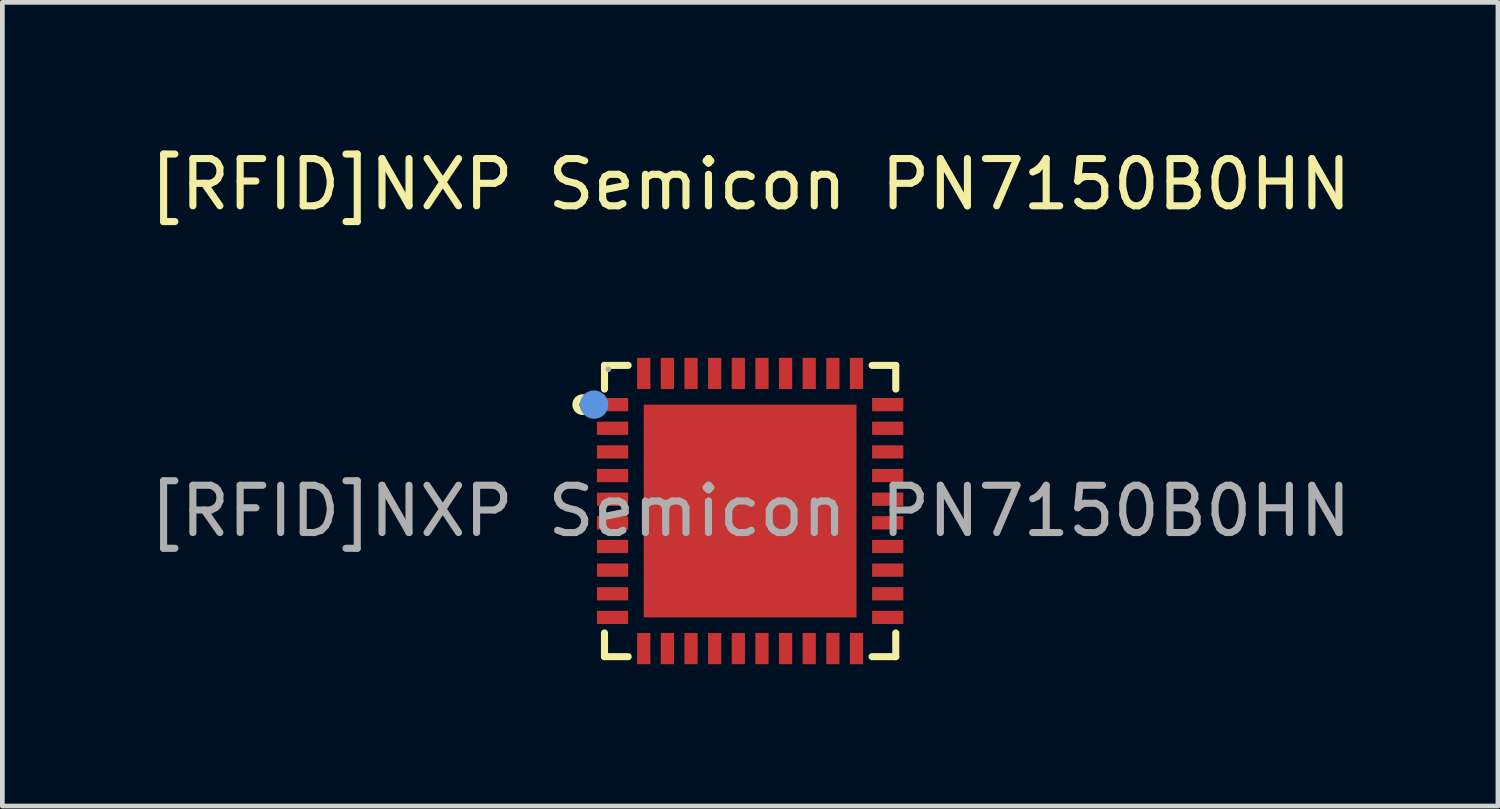
<source format=kicad_pcb>
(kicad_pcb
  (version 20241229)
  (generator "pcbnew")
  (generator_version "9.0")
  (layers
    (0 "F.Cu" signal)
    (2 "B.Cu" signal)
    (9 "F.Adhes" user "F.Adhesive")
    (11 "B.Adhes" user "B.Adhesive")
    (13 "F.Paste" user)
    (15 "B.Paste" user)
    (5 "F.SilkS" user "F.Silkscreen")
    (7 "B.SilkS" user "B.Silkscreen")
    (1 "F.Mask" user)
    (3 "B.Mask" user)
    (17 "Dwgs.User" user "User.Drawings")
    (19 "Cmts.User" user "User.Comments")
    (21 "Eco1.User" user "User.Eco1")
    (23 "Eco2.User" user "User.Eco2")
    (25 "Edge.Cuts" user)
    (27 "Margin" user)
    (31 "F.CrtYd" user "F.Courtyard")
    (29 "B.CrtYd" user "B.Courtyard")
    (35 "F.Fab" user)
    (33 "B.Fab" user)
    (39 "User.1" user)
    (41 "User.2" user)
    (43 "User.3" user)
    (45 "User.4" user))
  (footprint "[RFID]NXP Semicon PN7150B0HN"
    (layer "F.Cu")
    (at 12.815 7.758)
    (property "Reference" "[RFID]NXP Semicon PN7150B0HN" (at 0 -6.91 0) (layer "F.SilkS") (effects (font (size 1 1) (thickness 0.15))))
    (attr smd)
    (fp_line (start -3.08 -3.08) (end -3.08 -2.58) (stroke (width 0.15) (type solid)) (layer "F.SilkS"))
    (fp_line (start -3.08 3.08) (end -3.08 2.58) (stroke (width 0.15) (type solid)) (layer "F.SilkS"))
    (fp_line (start -2.58 -3.08) (end -3.08 -3.08) (stroke (width 0.15) (type solid)) (layer "F.SilkS"))
    (fp_line (start -2.58 3.08) (end -3.08 3.08) (stroke (width 0.15) (type solid)) (layer "F.SilkS"))
    (fp_line (start 2.58 -3.08) (end 3.08 -3.08) (stroke (width 0.15) (type solid)) (layer "F.SilkS"))
    (fp_line (start 2.58 3.08) (end 3.08 3.08) (stroke (width 0.15) (type solid)) (layer "F.SilkS"))
    (fp_line (start 3.08 -3.08) (end 3.08 -2.58) (stroke (width 0.15) (type solid)) (layer "F.SilkS"))
    (fp_line (start 3.08 3.08) (end 3.08 2.58) (stroke (width 0.15) (type solid)) (layer "F.SilkS"))
    (fp_circle (center -3.54 -2.25) (end -3.47 -2.25) (stroke (width 0.15) (type solid)) (fill no) (layer "F.SilkS"))
    (fp_circle (center -3.3 -2.25) (end -3.15 -2.25) (stroke (width 0.3) (type solid)) (fill no) (layer "Cmts.User"))
    (fp_circle (center -3 -3) (end -2.97 -3) (stroke (width 0.06) (type solid)) (fill no) (layer "F.Fab"))
    (fp_text user "${REFERENCE}" (at 0 0 0) (layer "F.Fab") (effects (font (size 1 1) (thickness 0.15))))
    (pad "1" smd rect (at -2.91 -2.25) (size 0.66 0.28) (layers "F.Cu" "F.Mask" "F.Paste"))
    (pad "2" smd rect (at -2.91 -1.75) (size 0.66 0.28) (layers "F.Cu" "F.Mask" "F.Paste"))
    (pad "3" smd rect (at -2.91 -1.25) (size 0.66 0.28) (layers "F.Cu" "F.Mask" "F.Paste"))
    (pad "4" smd rect (at -2.91 -0.75) (size 0.66 0.28) (layers "F.Cu" "F.Mask" "F.Paste"))
    (pad "5" smd rect (at -2.91 -0.25) (size 0.66 0.28) (layers "F.Cu" "F.Mask" "F.Paste"))
    (pad "6" smd rect (at -2.91 0.25) (size 0.66 0.28) (layers "F.Cu" "F.Mask" "F.Paste"))
    (pad "7" smd rect (at -2.91 0.75) (size 0.66 0.28) (layers "F.Cu" "F.Mask" "F.Paste"))
    (pad "8" smd rect (at -2.91 1.25) (size 0.66 0.28) (layers "F.Cu" "F.Mask" "F.Paste"))
    (pad "9" smd rect (at -2.91 1.75) (size 0.66 0.28) (layers "F.Cu" "F.Mask" "F.Paste"))
    (pad "10" smd rect (at -2.91 2.25) (size 0.66 0.28) (layers "F.Cu" "F.Mask" "F.Paste"))
    (pad "11" smd rect (at -2.25 2.91) (size 0.28 0.66) (layers "F.Cu" "F.Mask" "F.Paste"))
    (pad "12" smd rect (at -1.75 2.91) (size 0.28 0.66) (layers "F.Cu" "F.Mask" "F.Paste"))
    (pad "13" smd rect (at -1.25 2.91) (size 0.28 0.66) (layers "F.Cu" "F.Mask" "F.Paste"))
    (pad "14" smd rect (at -0.75 2.91) (size 0.28 0.66) (layers "F.Cu" "F.Mask" "F.Paste"))
    (pad "15" smd rect (at -0.25 2.91) (size 0.28 0.66) (layers "F.Cu" "F.Mask" "F.Paste"))
    (pad "16" smd rect (at 0.25 2.91) (size 0.28 0.66) (layers "F.Cu" "F.Mask" "F.Paste"))
    (pad "17" smd rect (at 0.75 2.91) (size 0.28 0.66) (layers "F.Cu" "F.Mask" "F.Paste"))
    (pad "18" smd rect (at 1.25 2.91) (size 0.28 0.66) (layers "F.Cu" "F.Mask" "F.Paste"))
    (pad "19" smd rect (at 1.75 2.91) (size 0.28 0.66) (layers "F.Cu" "F.Mask" "F.Paste"))
    (pad "20" smd rect (at 2.25 2.91) (size 0.28 0.66) (layers "F.Cu" "F.Mask" "F.Paste"))
    (pad "21" smd rect (at 2.91 2.25) (size 0.66 0.28) (layers "F.Cu" "F.Mask" "F.Paste"))
    (pad "22" smd rect (at 2.91 1.75) (size 0.66 0.28) (layers "F.Cu" "F.Mask" "F.Paste"))
    (pad "23" smd rect (at 2.91 1.25) (size 0.66 0.28) (layers "F.Cu" "F.Mask" "F.Paste"))
    (pad "24" smd rect (at 2.91 0.75) (size 0.66 0.28) (layers "F.Cu" "F.Mask" "F.Paste"))
    (pad "25" smd rect (at 2.91 0.25) (size 0.66 0.28) (layers "F.Cu" "F.Mask" "F.Paste"))
    (pad "26" smd rect (at 2.91 -0.25) (size 0.66 0.28) (layers "F.Cu" "F.Mask" "F.Paste"))
    (pad "27" smd rect (at 2.91 -0.75) (size 0.66 0.28) (layers "F.Cu" "F.Mask" "F.Paste"))
    (pad "28" smd rect (at 2.91 -1.25) (size 0.66 0.28) (layers "F.Cu" "F.Mask" "F.Paste"))
    (pad "29" smd rect (at 2.91 -1.75) (size 0.66 0.28) (layers "F.Cu" "F.Mask" "F.Paste"))
    (pad "30" smd rect (at 2.91 -2.25) (size 0.66 0.28) (layers "F.Cu" "F.Mask" "F.Paste"))
    (pad "31" smd rect (at 2.25 -2.91) (size 0.28 0.66) (layers "F.Cu" "F.Mask" "F.Paste"))
    (pad "32" smd rect (at 1.75 -2.91) (size 0.28 0.66) (layers "F.Cu" "F.Mask" "F.Paste"))
    (pad "33" smd rect (at 1.25 -2.91) (size 0.28 0.66) (layers "F.Cu" "F.Mask" "F.Paste"))
    (pad "34" smd rect (at 0.75 -2.91) (size 0.28 0.66) (layers "F.Cu" "F.Mask" "F.Paste"))
    (pad "35" smd rect (at 0.25 -2.91) (size 0.28 0.66) (layers "F.Cu" "F.Mask" "F.Paste"))
    (pad "36" smd rect (at -0.25 -2.91) (size 0.28 0.66) (layers "F.Cu" "F.Mask" "F.Paste"))
    (pad "37" smd rect (at -0.75 -2.91) (size 0.28 0.66) (layers "F.Cu" "F.Mask" "F.Paste"))
    (pad "38" smd rect (at -1.25 -2.91) (size 0.28 0.66) (layers "F.Cu" "F.Mask" "F.Paste"))
    (pad "39" smd rect (at -1.75 -2.91) (size 0.28 0.66) (layers "F.Cu" "F.Mask" "F.Paste"))
    (pad "40" smd rect (at -2.25 -2.91) (size 0.28 0.66) (layers "F.Cu" "F.Mask" "F.Paste"))
    (pad "41" smd rect (at 0 0) (size 4.5 4.5) (layers "F.Cu" "F.Mask" "F.Paste")))
  (gr_rect
    (start -3 -3)
    (end 28.631 13.998)
    (stroke (width 0.1) (type default))
    (fill no)
    (layer "Edge.Cuts")))
</source>
